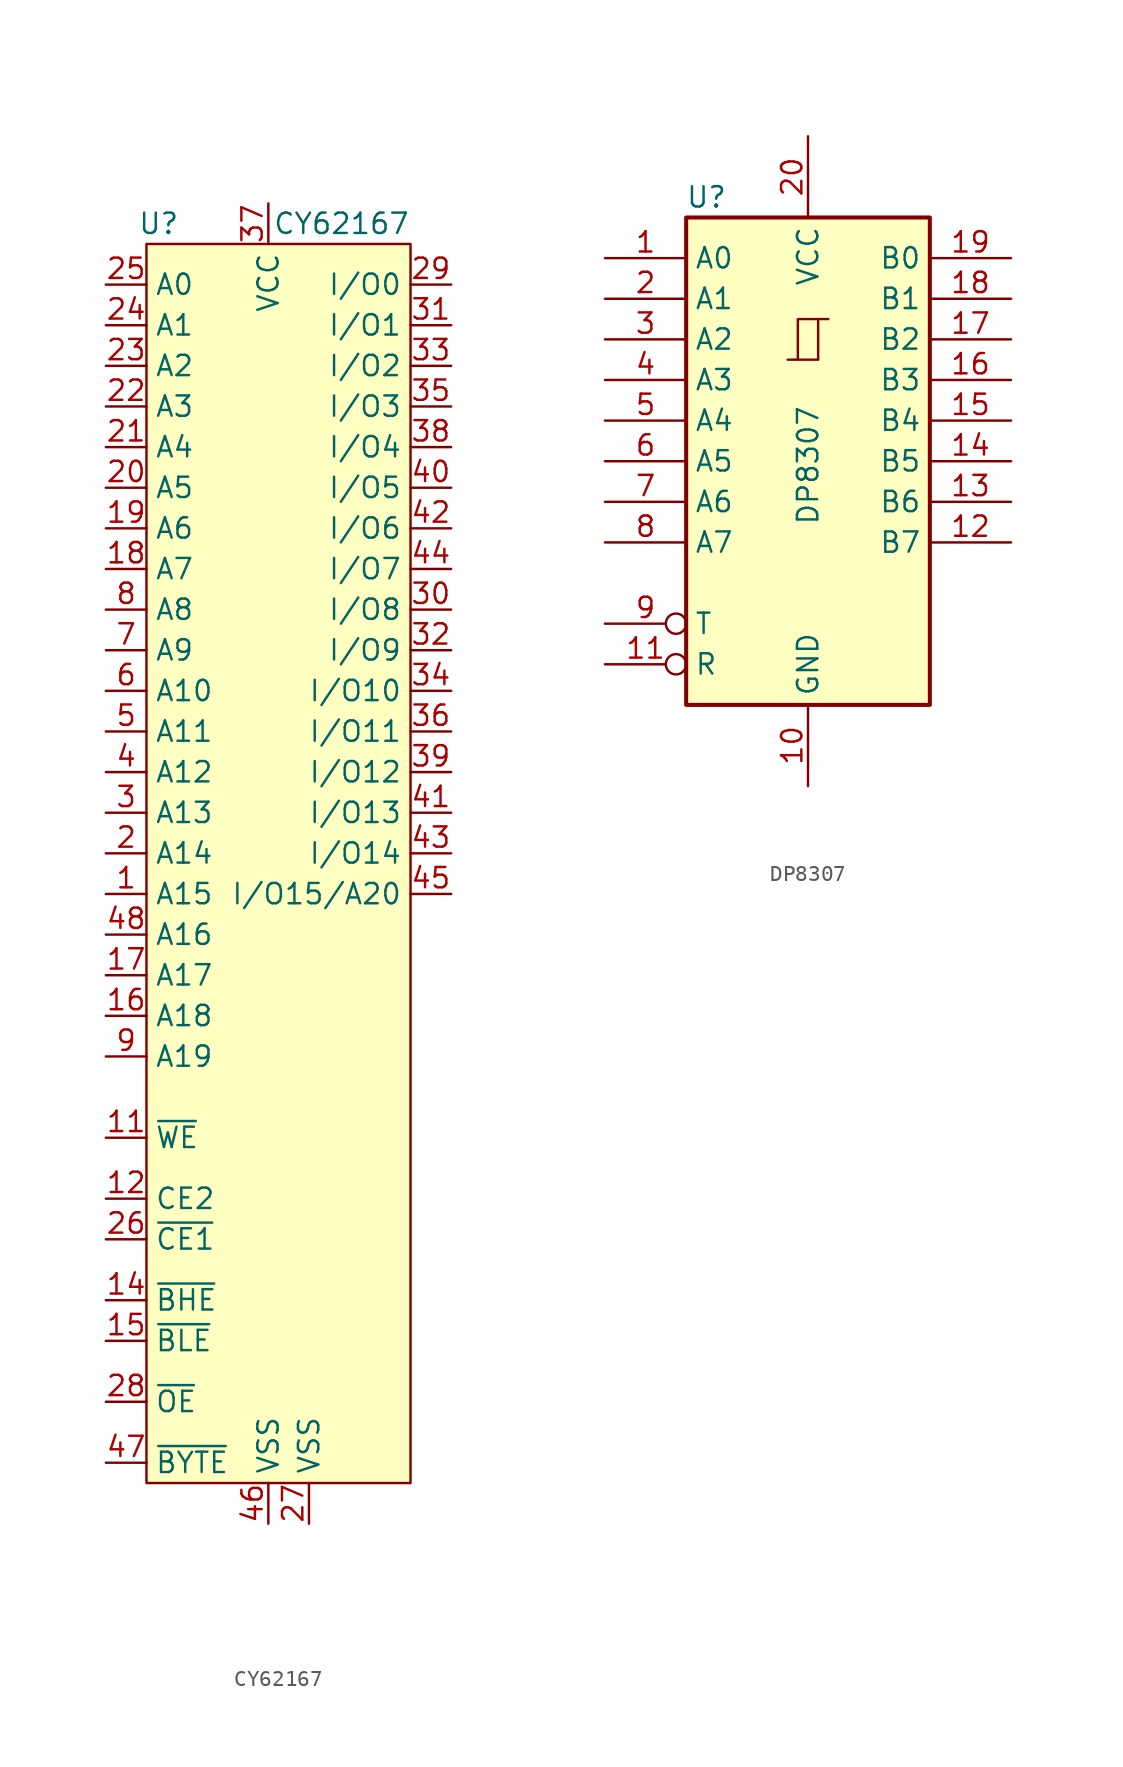
<source format=kicad_sym>
(kicad_symbol_lib
  (version 20231120)
  (generator "kicad_symbol_editor")
  (generator_version "8.0")
  (symbol "CY62167"
    (property "Reference" "U"
      (at -1.778 0 0)
      (effects (font (size 1.27 1.27))))
    (property "Value" "CY62167"
      (at 9.652 0 0)
      (effects (font (size 1.27 1.27))))
    (symbol "CY62167_1_1"
      (rectangle (start -2.54 -1.27) (end 13.97 -78.74) (stroke (width 0) (type default)) (fill (type background)))
      (pin bidirectional line (at -5.08 -41.91 0) (length 2.54) (name "A15" (effects (font (size 1.27 1.27)))) (number "1" (effects (font (size 1.27 1.27)))))
      (pin input line (at -5.08 -57.15 0) (length 2.54) (name "~{WE}" (effects (font (size 1.27 1.27)))) (number "11" (effects (font (size 1.27 1.27)))))
      (pin input line (at -5.08 -60.96 0) (length 2.54) (name "CE2" (effects (font (size 1.27 1.27)))) (number "12" (effects (font (size 1.27 1.27)))))
      (pin input line (at -5.08 -67.31 0) (length 2.54) (name "~{BHE}" (effects (font (size 1.27 1.27)))) (number "14" (effects (font (size 1.27 1.27)))))
      (pin input line (at -5.08 -69.85 0) (length 2.54) (name "~{BLE}" (effects (font (size 1.27 1.27)))) (number "15" (effects (font (size 1.27 1.27)))))
      (pin input line (at -5.08 -49.53 0) (length 2.54) (name "A18" (effects (font (size 1.27 1.27)))) (number "16" (effects (font (size 1.27 1.27)))))
      (pin input line (at -5.08 -46.99 0) (length 2.54) (name "A17" (effects (font (size 1.27 1.27)))) (number "17" (effects (font (size 1.27 1.27)))))
      (pin input line (at -5.08 -21.59 0) (length 2.54) (name "A7" (effects (font (size 1.27 1.27)))) (number "18" (effects (font (size 1.27 1.27)))))
      (pin input line (at -5.08 -19.05 0) (length 2.54) (name "A6" (effects (font (size 1.27 1.27)))) (number "19" (effects (font (size 1.27 1.27)))))
      (pin input line (at -5.08 -39.37 0) (length 2.54) (name "A14" (effects (font (size 1.27 1.27)))) (number "2" (effects (font (size 1.27 1.27)))))
      (pin input line (at -5.08 -16.51 0) (length 2.54) (name "A5" (effects (font (size 1.27 1.27)))) (number "20" (effects (font (size 1.27 1.27)))))
      (pin input line (at -5.08 -13.97 0) (length 2.54) (name "A4" (effects (font (size 1.27 1.27)))) (number "21" (effects (font (size 1.27 1.27)))))
      (pin input line (at -5.08 -11.43 0) (length 2.54) (name "A3" (effects (font (size 1.27 1.27)))) (number "22" (effects (font (size 1.27 1.27)))))
      (pin input line (at -5.08 -8.89 0) (length 2.54) (name "A2" (effects (font (size 1.27 1.27)))) (number "23" (effects (font (size 1.27 1.27)))))
      (pin input line (at -5.08 -6.35 0) (length 2.54) (name "A1" (effects (font (size 1.27 1.27)))) (number "24" (effects (font (size 1.27 1.27)))))
      (pin input line (at -5.08 -3.81 0) (length 2.54) (name "A0" (effects (font (size 1.27 1.27)))) (number "25" (effects (font (size 1.27 1.27)))))
      (pin input line (at -5.08 -63.5 0) (length 2.54) (name "~{CE1}" (effects (font (size 1.27 1.27)))) (number "26" (effects (font (size 1.27 1.27)))))
      (pin power_in line (at 7.62 -81.28 90) (length 2.54) (name "VSS" (effects (font (size 1.27 1.27)))) (number "27" (effects (font (size 1.27 1.27)))))
      (pin input line (at -5.08 -73.66 0) (length 2.54) (name "~{OE}" (effects (font (size 1.27 1.27)))) (number "28" (effects (font (size 1.27 1.27)))))
      (pin bidirectional line (at 16.51 -3.81 180) (length 2.54) (name "I/O0" (effects (font (size 1.27 1.27)))) (number "29" (effects (font (size 1.27 1.27)))))
      (pin input line (at -5.08 -36.83 0) (length 2.54) (name "A13" (effects (font (size 1.27 1.27)))) (number "3" (effects (font (size 1.27 1.27)))))
      (pin bidirectional line (at 16.51 -24.13 180) (length 2.54) (name "I/O8" (effects (font (size 1.27 1.27)))) (number "30" (effects (font (size 1.27 1.27)))))
      (pin bidirectional line (at 16.51 -6.35 180) (length 2.54) (name "I/O1" (effects (font (size 1.27 1.27)))) (number "31" (effects (font (size 1.27 1.27)))))
      (pin bidirectional line (at 16.51 -26.67 180) (length 2.54) (name "I/O9" (effects (font (size 1.27 1.27)))) (number "32" (effects (font (size 1.27 1.27)))))
      (pin bidirectional line (at 16.51 -8.89 180) (length 2.54) (name "I/O2" (effects (font (size 1.27 1.27)))) (number "33" (effects (font (size 1.27 1.27)))))
      (pin bidirectional line (at 16.51 -29.21 180) (length 2.54) (name "I/O10" (effects (font (size 1.27 1.27)))) (number "34" (effects (font (size 1.27 1.27)))))
      (pin bidirectional line (at 16.51 -11.43 180) (length 2.54) (name "I/O3" (effects (font (size 1.27 1.27)))) (number "35" (effects (font (size 1.27 1.27)))))
      (pin bidirectional line (at 16.51 -31.75 180) (length 2.54) (name "I/O11" (effects (font (size 1.27 1.27)))) (number "36" (effects (font (size 1.27 1.27)))))
      (pin power_in line (at 5.08 1.27 270) (length 2.54) (name "VCC" (effects (font (size 1.27 1.27)))) (number "37" (effects (font (size 1.27 1.27)))))
      (pin bidirectional line (at 16.51 -13.97 180) (length 2.54) (name "I/O4" (effects (font (size 1.27 1.27)))) (number "38" (effects (font (size 1.27 1.27)))))
      (pin bidirectional line (at 16.51 -34.29 180) (length 2.54) (name "I/O12" (effects (font (size 1.27 1.27)))) (number "39" (effects (font (size 1.27 1.27)))))
      (pin input line (at -5.08 -34.29 0) (length 2.54) (name "A12" (effects (font (size 1.27 1.27)))) (number "4" (effects (font (size 1.27 1.27)))))
      (pin bidirectional line (at 16.51 -16.51 180) (length 2.54) (name "I/O5" (effects (font (size 1.27 1.27)))) (number "40" (effects (font (size 1.27 1.27)))))
      (pin bidirectional line (at 16.51 -36.83 180) (length 2.54) (name "I/O13" (effects (font (size 1.27 1.27)))) (number "41" (effects (font (size 1.27 1.27)))))
      (pin bidirectional line (at 16.51 -19.05 180) (length 2.54) (name "I/O6" (effects (font (size 1.27 1.27)))) (number "42" (effects (font (size 1.27 1.27)))))
      (pin bidirectional line (at 16.51 -39.37 180) (length 2.54) (name "I/O14" (effects (font (size 1.27 1.27)))) (number "43" (effects (font (size 1.27 1.27)))))
      (pin bidirectional line (at 16.51 -21.59 180) (length 2.54) (name "I/O7" (effects (font (size 1.27 1.27)))) (number "44" (effects (font (size 1.27 1.27)))))
      (pin bidirectional line (at 16.51 -41.91 180) (length 2.54) (name "I/O15/A20" (effects (font (size 1.27 1.27)))) (number "45" (effects (font (size 1.27 1.27)))))
      (pin power_in line (at 5.08 -81.28 90) (length 2.54) (name "VSS" (effects (font (size 1.27 1.27)))) (number "46" (effects (font (size 1.27 1.27)))))
      (pin input line (at -5.08 -77.47 0) (length 2.54) (name "~{BYTE}" (effects (font (size 1.27 1.27)))) (number "47" (effects (font (size 1.27 1.27)))))
      (pin input line (at -5.08 -44.45 0) (length 2.54) (name "A16" (effects (font (size 1.27 1.27)))) (number "48" (effects (font (size 1.27 1.27)))))
      (pin input line (at -5.08 -31.75 0) (length 2.54) (name "A11" (effects (font (size 1.27 1.27)))) (number "5" (effects (font (size 1.27 1.27)))))
      (pin input line (at -5.08 -29.21 0) (length 2.54) (name "A10" (effects (font (size 1.27 1.27)))) (number "6" (effects (font (size 1.27 1.27)))))
      (pin input line (at -5.08 -26.67 0) (length 2.54) (name "A9" (effects (font (size 1.27 1.27)))) (number "7" (effects (font (size 1.27 1.27)))))
      (pin input line (at -5.08 -24.13 0) (length 2.54) (name "A8" (effects (font (size 1.27 1.27)))) (number "8" (effects (font (size 1.27 1.27)))))
      (pin input line (at -5.08 -52.07 0) (length 2.54) (name "A19" (effects (font (size 1.27 1.27)))) (number "9" (effects (font (size 1.27 1.27)))))))
  (symbol "DP8307"
    (property "Reference" "U"
      (at 0 0 0)
      (effects (font (size 1.27 1.27))))
    (property "Value" "DP8307"
      (at 6.35 -16.764 90)
      (effects (font (size 1.27 1.27))))
    (symbol "DP8307_1_0"
      (polyline (pts (xy 5.715 -10.16) (xy 5.715 -7.62) (xy 6.985 -7.62)) (stroke (width 0) (type default)) (fill (type none)))
      (polyline (pts (xy 5.08 -10.16) (xy 6.985 -10.16) (xy 6.985 -7.62) (xy 7.62 -7.62)) (stroke (width 0) (type default)) (fill (type none)))
      (pin tri_state line (at -6.35 -3.81 0) (length 5.08) (name "A0" (effects (font (size 1.27 1.27)))) (number "1" (effects (font (size 1.27 1.27)))))
      (pin power_in line (at 6.35 -36.83 90) (length 5.08) (name "GND" (effects (font (size 1.27 1.27)))) (number "10" (effects (font (size 1.27 1.27)))))
      (pin input inverted (at -6.35 -29.21 0) (length 5.08) (name "R" (effects (font (size 1.27 1.27)))) (number "11" (effects (font (size 1.27 1.27)))))
      (pin tri_state line (at 19.05 -21.59 180) (length 5.08) (name "B7" (effects (font (size 1.27 1.27)))) (number "12" (effects (font (size 1.27 1.27)))))
      (pin tri_state line (at 19.05 -19.05 180) (length 5.08) (name "B6" (effects (font (size 1.27 1.27)))) (number "13" (effects (font (size 1.27 1.27)))))
      (pin tri_state line (at 19.05 -16.51 180) (length 5.08) (name "B5" (effects (font (size 1.27 1.27)))) (number "14" (effects (font (size 1.27 1.27)))))
      (pin tri_state line (at 19.05 -13.97 180) (length 5.08) (name "B4" (effects (font (size 1.27 1.27)))) (number "15" (effects (font (size 1.27 1.27)))))
      (pin tri_state line (at 19.05 -11.43 180) (length 5.08) (name "B3" (effects (font (size 1.27 1.27)))) (number "16" (effects (font (size 1.27 1.27)))))
      (pin tri_state line (at 19.05 -8.89 180) (length 5.08) (name "B2" (effects (font (size 1.27 1.27)))) (number "17" (effects (font (size 1.27 1.27)))))
      (pin tri_state line (at 19.05 -6.35 180) (length 5.08) (name "B1" (effects (font (size 1.27 1.27)))) (number "18" (effects (font (size 1.27 1.27)))))
      (pin tri_state line (at 19.05 -3.81 180) (length 5.08) (name "B0" (effects (font (size 1.27 1.27)))) (number "19" (effects (font (size 1.27 1.27)))))
      (pin tri_state line (at -6.35 -6.35 0) (length 5.08) (name "A1" (effects (font (size 1.27 1.27)))) (number "2" (effects (font (size 1.27 1.27)))))
      (pin power_in line (at 6.35 3.81 270) (length 5.08) (name "VCC" (effects (font (size 1.27 1.27)))) (number "20" (effects (font (size 1.27 1.27)))))
      (pin tri_state line (at -6.35 -8.89 0) (length 5.08) (name "A2" (effects (font (size 1.27 1.27)))) (number "3" (effects (font (size 1.27 1.27)))))
      (pin tri_state line (at -6.35 -11.43 0) (length 5.08) (name "A3" (effects (font (size 1.27 1.27)))) (number "4" (effects (font (size 1.27 1.27)))))
      (pin tri_state line (at -6.35 -13.97 0) (length 5.08) (name "A4" (effects (font (size 1.27 1.27)))) (number "5" (effects (font (size 1.27 1.27)))))
      (pin tri_state line (at -6.35 -16.51 0) (length 5.08) (name "A5" (effects (font (size 1.27 1.27)))) (number "6" (effects (font (size 1.27 1.27)))))
      (pin tri_state line (at -6.35 -19.05 0) (length 5.08) (name "A6" (effects (font (size 1.27 1.27)))) (number "7" (effects (font (size 1.27 1.27)))))
      (pin tri_state line (at -6.35 -21.59 0) (length 5.08) (name "A7" (effects (font (size 1.27 1.27)))) (number "8" (effects (font (size 1.27 1.27)))))
      (pin input inverted (at -6.35 -26.67 0) (length 5.08) (name "T" (effects (font (size 1.27 1.27)))) (number "9" (effects (font (size 1.27 1.27))))))
    (symbol "DP8307_1_1"
      (rectangle (start -1.27 -1.27) (end 13.97 -31.75) (stroke (width 0.254) (type default)) (fill (type background))))))
</source>
